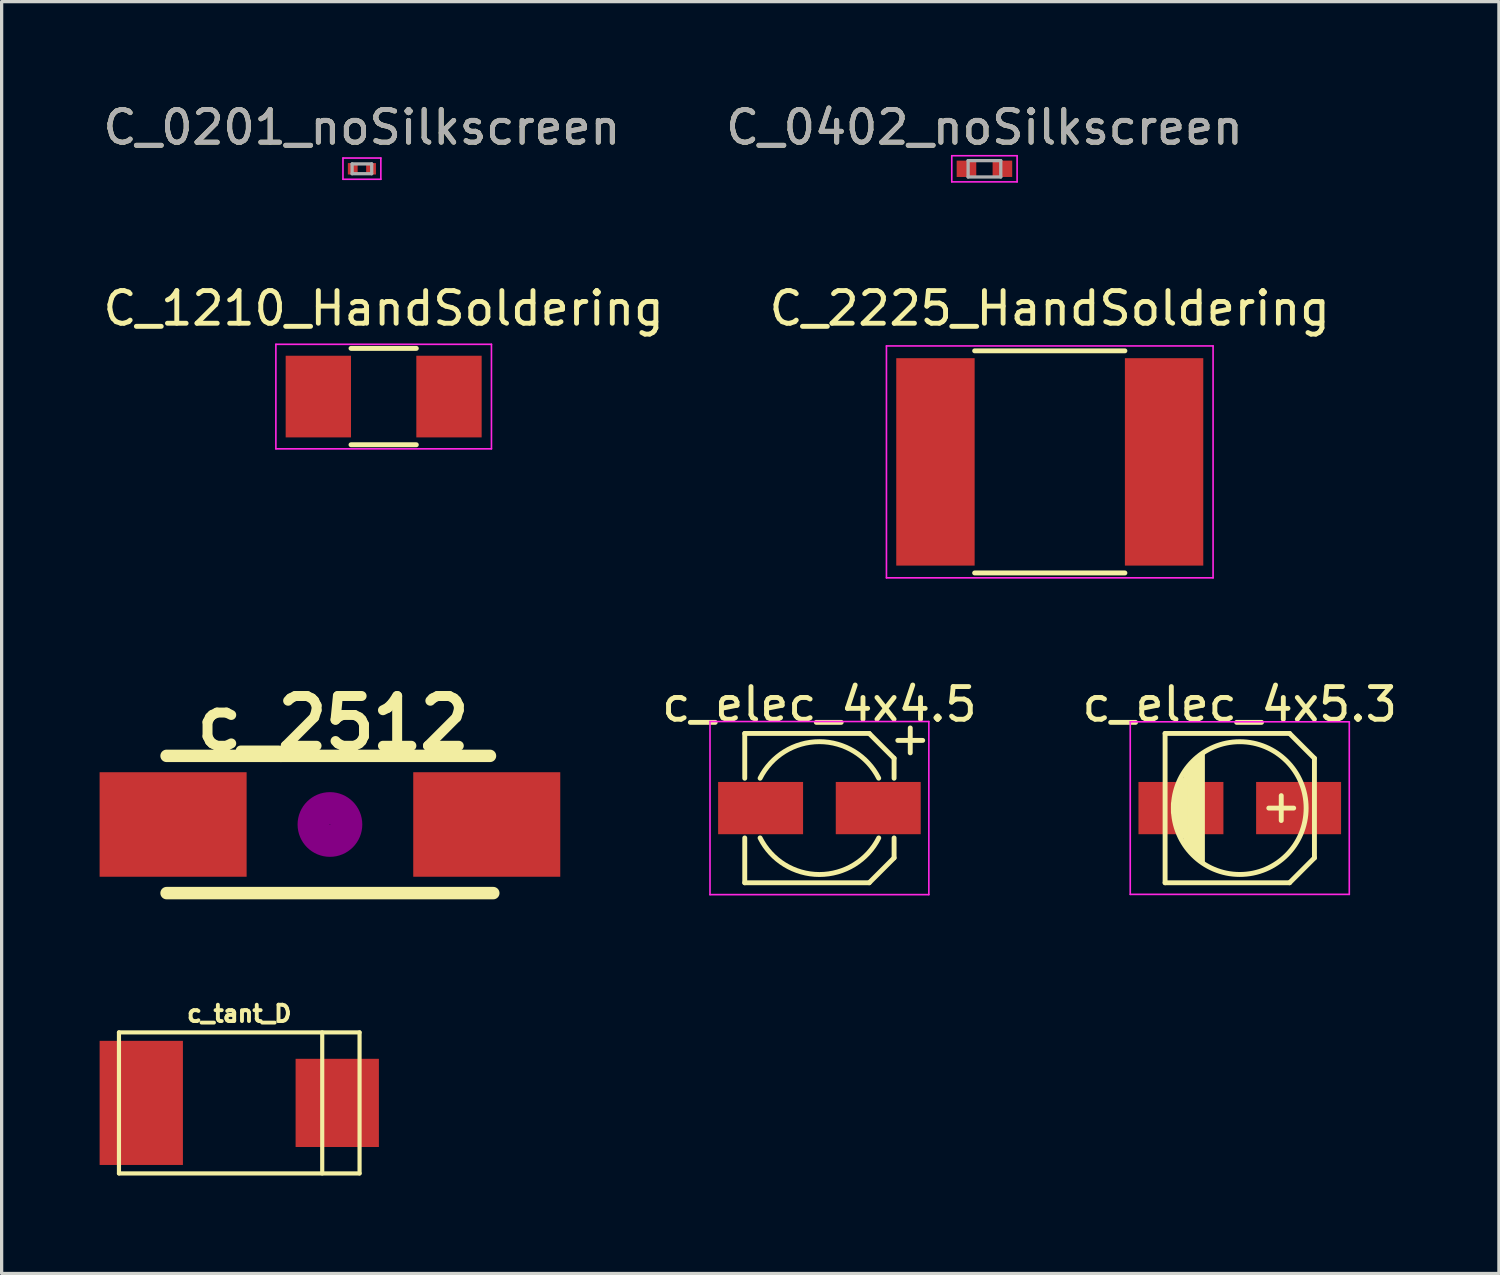
<source format=kicad_pcb>
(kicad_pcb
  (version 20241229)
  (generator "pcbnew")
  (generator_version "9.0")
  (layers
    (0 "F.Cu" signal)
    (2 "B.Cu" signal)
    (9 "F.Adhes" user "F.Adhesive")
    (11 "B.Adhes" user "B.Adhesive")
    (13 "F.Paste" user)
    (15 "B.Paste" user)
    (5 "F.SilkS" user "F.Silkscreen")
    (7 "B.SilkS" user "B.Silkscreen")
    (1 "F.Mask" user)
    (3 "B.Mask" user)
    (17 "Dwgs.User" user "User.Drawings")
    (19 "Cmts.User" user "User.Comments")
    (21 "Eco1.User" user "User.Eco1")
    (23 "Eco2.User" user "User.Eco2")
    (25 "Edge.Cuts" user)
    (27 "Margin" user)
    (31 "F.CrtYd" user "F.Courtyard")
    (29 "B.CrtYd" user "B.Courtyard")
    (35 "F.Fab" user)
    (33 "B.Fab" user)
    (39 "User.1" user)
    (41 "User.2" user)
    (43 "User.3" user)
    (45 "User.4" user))
  (footprint "C_2225_HandSoldering"
    (layer "F.Cu")
    (at 29.089 11.091)
    (property "Reference" "C_2225_HandSoldering" (at 0 -4.7 0) (layer "F.SilkS") (effects (font (size 1 1) (thickness 0.15))))
    (attr smd)
    (fp_line (start -2.3 3.4) (end 2.3 3.4) (stroke (width 0.15) (type solid)) (layer "F.SilkS"))
    (fp_line (start 2.3 -3.4) (end -2.3 -3.4) (stroke (width 0.15) (type solid)) (layer "F.SilkS"))
    (fp_line (start -5 -3.55) (end -5 3.55) (stroke (width 0.05) (type solid)) (layer "F.CrtYd"))
    (fp_line (start -5 -3.55) (end 5 -3.55) (stroke (width 0.05) (type solid)) (layer "F.CrtYd"))
    (fp_line (start -5 3.55) (end 5 3.55) (stroke (width 0.05) (type solid)) (layer "F.CrtYd"))
    (fp_line (start 5 -3.55) (end 5 3.55) (stroke (width 0.05) (type solid)) (layer "F.CrtYd"))
    (pad "1" smd rect (at -3.5 0) (size 2.4 6.35) (layers "F.Cu" "F.Mask" "F.Paste"))
    (pad "2" smd rect (at 3.5 0) (size 2.4 6.35) (layers "F.Cu" "F.Mask" "F.Paste")))
  (footprint "c_elec_4x5.3"
    (layer "F.Cu")
    (at 34.906 21.69)
    (property "Reference" "c_elec_4x5.3" (at 0 -3.175 0) (layer "F.SilkS") (effects (font (size 1 1) (thickness 0.15))))
    (attr smd)
    (fp_line (start -2.286 -2.286) (end -2.286 2.286) (stroke (width 0.15) (type solid)) (layer "F.SilkS"))
    (fp_line (start -2.032 0.127) (end -2.032 -0.127) (stroke (width 0.15) (type solid)) (layer "F.SilkS"))
    (fp_line (start -1.905 -0.635) (end -1.905 0.635) (stroke (width 0.15) (type solid)) (layer "F.SilkS"))
    (fp_line (start -1.778 0.889) (end -1.778 -0.889) (stroke (width 0.15) (type solid)) (layer "F.SilkS"))
    (fp_line (start -1.651 1.143) (end -1.651 -1.143) (stroke (width 0.15) (type solid)) (layer "F.SilkS"))
    (fp_line (start -1.524 -1.27) (end -1.524 1.27) (stroke (width 0.15) (type solid)) (layer "F.SilkS"))
    (fp_line (start -1.397 1.397) (end -1.397 -1.397) (stroke (width 0.15) (type solid)) (layer "F.SilkS"))
    (fp_line (start -1.27 -1.524) (end -1.27 1.524) (stroke (width 0.15) (type solid)) (layer "F.SilkS"))
    (fp_line (start -1.143 -1.651) (end -1.143 1.651) (stroke (width 0.15) (type solid)) (layer "F.SilkS"))
    (fp_line (start 1.27 -0.381) (end 1.27 0.381) (stroke (width 0.15) (type solid)) (layer "F.SilkS"))
    (fp_line (start 1.524 -2.286) (end -2.286 -2.286) (stroke (width 0.15) (type solid)) (layer "F.SilkS"))
    (fp_line (start 1.524 -2.286) (end 2.286 -1.524) (stroke (width 0.15) (type solid)) (layer "F.SilkS"))
    (fp_line (start 1.524 2.286) (end -2.286 2.286) (stroke (width 0.15) (type solid)) (layer "F.SilkS"))
    (fp_line (start 1.524 2.286) (end 2.286 1.524) (stroke (width 0.15) (type solid)) (layer "F.SilkS"))
    (fp_line (start 1.651 0) (end 0.889 0) (stroke (width 0.15) (type solid)) (layer "F.SilkS"))
    (fp_line (start 2.286 -1.524) (end 2.286 1.524) (stroke (width 0.15) (type solid)) (layer "F.SilkS"))
    (fp_circle (center 0 0) (end -2.032 0) (stroke (width 0.15) (type solid)) (fill no) (layer "F.SilkS"))
    (fp_line (start -3.353 -2.642) (end 3.353 -2.642) (stroke (width 0.05) (type solid)) (layer "F.CrtYd"))
    (fp_line (start -3.353 2.642) (end -3.353 -2.642) (stroke (width 0.05) (type solid)) (layer "F.CrtYd"))
    (fp_line (start 3.353 -2.642) (end 3.353 2.642) (stroke (width 0.05) (type solid)) (layer "F.CrtYd"))
    (fp_line (start 3.353 2.642) (end -3.353 2.642) (stroke (width 0.05) (type solid)) (layer "F.CrtYd"))
    (pad "1" smd rect (at 1.801 0) (size 2.601 1.6) (layers "F.Cu" "F.Mask" "F.Paste"))
    (pad "2" smd rect (at -1.801 0) (size 2.601 1.6) (layers "F.Cu" "F.Mask" "F.Paste")))
  (footprint "c_elec_4x4.5"
    (layer "F.Cu")
    (at 22.037 21.69)
    (property "Reference" "c_elec_4x4.5" (at 0 -3.175 0) (layer "F.SilkS") (effects (font (size 1 1) (thickness 0.15))))
    (attr smd)
    (fp_line (start -2.286 -2.286) (end -2.286 -0.914) (stroke (width 0.15) (type solid)) (layer "F.SilkS"))
    (fp_line (start -2.286 0.914) (end -2.286 2.286) (stroke (width 0.15) (type solid)) (layer "F.SilkS"))
    (fp_line (start 1.524 -2.286) (end -2.286 -2.286) (stroke (width 0.15) (type solid)) (layer "F.SilkS"))
    (fp_line (start 1.524 -2.286) (end 2.286 -1.524) (stroke (width 0.15) (type solid)) (layer "F.SilkS"))
    (fp_line (start 1.524 2.286) (end -2.286 2.286) (stroke (width 0.15) (type solid)) (layer "F.SilkS"))
    (fp_line (start 1.524 2.286) (end 2.286 1.524) (stroke (width 0.15) (type solid)) (layer "F.SilkS"))
    (fp_line (start 2.286 -1.524) (end 2.286 -0.914) (stroke (width 0.15) (type solid)) (layer "F.SilkS"))
    (fp_line (start 2.286 1.524) (end 2.286 0.914) (stroke (width 0.15) (type solid)) (layer "F.SilkS"))
    (fp_arc (start -1.8161 -0.9144) (mid -0.000884 -2.033309) (end 1.815304 -0.915978) (stroke (width 0.15) (type solid)) (layer "F.SilkS"))
    (fp_arc (start 1.8161 0.9144) (mid -0.00089 2.033309) (end -1.8169 0.912809) (stroke (width 0.15) (type solid)) (layer "F.SilkS"))
    (fp_line (start -3.35 -2.65) (end -3.35 2.65) (stroke (width 0.05) (type solid)) (layer "F.CrtYd"))
    (fp_line (start -3.35 2.65) (end 3.35 2.65) (stroke (width 0.05) (type solid)) (layer "F.CrtYd"))
    (fp_line (start 3.35 -2.65) (end -3.35 -2.65) (stroke (width 0.05) (type solid)) (layer "F.CrtYd"))
    (fp_line (start 3.35 2.65) (end 3.35 -2.65) (stroke (width 0.05) (type solid)) (layer "F.CrtYd"))
    (fp_text user "+" (at 2.781 -2.146 0) (layer "F.SilkS") (effects (font (size 1 1) (thickness 0.15))))
    (pad "1" smd rect (at 1.801 0) (size 2.601 1.6) (layers "F.Cu" "F.Mask" "F.Paste"))
    (pad "2" smd rect (at -1.801 0) (size 2.601 1.6) (layers "F.Cu" "F.Mask" "F.Paste")))
  (footprint "C_1210_HandSoldering"
    (layer "F.Cu")
    (at 8.696 9.091)
    (property "Reference" "C_1210_HandSoldering" (at 0 -2.7 0) (layer "F.SilkS") (effects (font (size 1 1) (thickness 0.15))))
    (attr smd)
    (fp_line (start -1 1.475) (end 1 1.475) (stroke (width 0.15) (type solid)) (layer "F.SilkS"))
    (fp_line (start 1 -1.475) (end -1 -1.475) (stroke (width 0.15) (type solid)) (layer "F.SilkS"))
    (fp_line (start -3.3 -1.6) (end -3.3 1.6) (stroke (width 0.05) (type solid)) (layer "F.CrtYd"))
    (fp_line (start -3.3 -1.6) (end 3.3 -1.6) (stroke (width 0.05) (type solid)) (layer "F.CrtYd"))
    (fp_line (start -3.3 1.6) (end 3.3 1.6) (stroke (width 0.05) (type solid)) (layer "F.CrtYd"))
    (fp_line (start 3.3 -1.6) (end 3.3 1.6) (stroke (width 0.05) (type solid)) (layer "F.CrtYd"))
    (pad "1" smd rect (at -2 0) (size 2 2.5) (layers "F.Cu" "F.Mask" "F.Paste"))
    (pad "2" smd rect (at 2 0) (size 2 2.5) (layers "F.Cu" "F.Mask" "F.Paste")))
  (footprint "C_0402_noSilkscreen"
    (layer "F.Cu")
    (at 27.089 2.118)
    (property "Reference" "C_0402_noSilkscreen" (at 0 -1.27 0) (layer "F.SilkS") (effects (font (size 1 1) (thickness 0.15))))
    (attr smd)
    (fp_line (start -1 -0.4) (end -1 0.4) (stroke (width 0.05) (type solid)) (layer "F.CrtYd"))
    (fp_line (start -1 -0.4) (end 1 -0.4) (stroke (width 0.05) (type solid)) (layer "F.CrtYd"))
    (fp_line (start 1 0.4) (end -1 0.4) (stroke (width 0.05) (type solid)) (layer "F.CrtYd"))
    (fp_line (start 1 0.4) (end 1 -0.4) (stroke (width 0.05) (type solid)) (layer "F.CrtYd"))
    (fp_line (start -0.5 -0.25) (end 0.5 -0.25) (stroke (width 0.1) (type solid)) (layer "F.Fab"))
    (fp_line (start -0.5 0.25) (end -0.5 -0.25) (stroke (width 0.1) (type solid)) (layer "F.Fab"))
    (fp_line (start 0.5 -0.25) (end 0.5 0.25) (stroke (width 0.1) (type solid)) (layer "F.Fab"))
    (fp_line (start 0.5 0.25) (end -0.5 0.25) (stroke (width 0.1) (type solid)) (layer "F.Fab"))
    (fp_text user "${REFERENCE}" (at 0 -1.27 0) (layer "F.Fab") (effects (font (size 1 1) (thickness 0.15))))
    (pad "1" smd rect (at -0.55 0) (size 0.6 0.5) (layers "F.Cu" "F.Mask" "F.Paste"))
    (pad "2" smd rect (at 0.55 0) (size 0.6 0.5) (layers "F.Cu" "F.Mask" "F.Paste")))
  (footprint "c_2512"
    (layer "F.Cu")
    (at 7.051 22.192)
    (property "Reference" "c_2512" (at 0.099 -3.099 0) (layer "F.SilkS") (effects (font (size 1.524 1.524) (thickness 0.305))))
    (attr through_hole)
    (fp_line (start -5.001 2.101) (end 5.001 2.101) (stroke (width 0.381) (type solid)) (layer "F.SilkS"))
    (fp_line (start -1.501 -2.101) (end -5.001 -2.101) (stroke (width 0.381) (type solid)) (layer "F.SilkS"))
    (fp_line (start 4.9 -2.101) (end -1.501 -2.101) (stroke (width 0.381) (type solid)) (layer "F.SilkS"))
    (fp_circle (center 0 0) (end 0.201 0) (stroke (width 0.381) (type solid)) (fill no) (layer "F.Adhes"))
    (fp_circle (center 0 0) (end 0.5 0) (stroke (width 0.381) (type solid)) (fill no) (layer "F.Adhes"))
    (fp_circle (center 0 0) (end 0.8 0) (stroke (width 0.381) (type solid)) (fill no) (layer "F.Adhes"))
    (pad "1" smd rect (at -4.801 0) (size 4.501 3.2) (layers "F.Cu" "F.Mask" "F.Paste"))
    (pad "2" smd rect (at 4.801 0) (size 4.501 3.2) (layers "F.Cu" "F.Mask" "F.Paste")))
  (footprint "c_tant_D"
    (layer "F.Cu")
    (at 4.275 30.716)
    (property "Reference" "c_tant_D" (at 0 -2.731 0) (layer "F.SilkS") (effects (font (size 0.5 0.5) (thickness 0.119))))
    (attr through_hole)
    (fp_line (start -3.683 -2.159) (end -3.683 2.159) (stroke (width 0.127) (type solid)) (layer "F.SilkS"))
    (fp_line (start -3.683 2.159) (end 3.683 2.159) (stroke (width 0.127) (type solid)) (layer "F.SilkS"))
    (fp_line (start 2.54 -2.159) (end 2.54 2.159) (stroke (width 0.127) (type solid)) (layer "F.SilkS"))
    (fp_line (start 3.683 -2.159) (end -3.683 -2.159) (stroke (width 0.127) (type solid)) (layer "F.SilkS"))
    (fp_line (start 3.683 2.159) (end 3.683 -2.159) (stroke (width 0.127) (type solid)) (layer "F.SilkS"))
    (pad "1" smd rect (at 3 0) (size 2.55 2.7) (layers "F.Cu" "F.Mask" "F.Paste"))
    (pad "2" smd rect (at -3 0) (size 2.55 3.8) (layers "F.Cu" "F.Mask" "F.Paste")))
  (footprint "C_0201_noSilkscreen"
    (layer "F.Cu")
    (at 8.03 2.118)
    (property "Reference" "C_0201_noSilkscreen" (at 0 -1.27 0) (layer "F.SilkS") (effects (font (size 1 1) (thickness 0.15))))
    (attr smd)
    (fp_line (start -0.58 -0.33) (end -0.58 0.32) (stroke (width 0.05) (type solid)) (layer "F.CrtYd"))
    (fp_line (start -0.58 -0.33) (end 0.58 -0.33) (stroke (width 0.05) (type solid)) (layer "F.CrtYd"))
    (fp_line (start 0.58 0.32) (end -0.58 0.32) (stroke (width 0.05) (type solid)) (layer "F.CrtYd"))
    (fp_line (start 0.58 0.32) (end 0.58 -0.33) (stroke (width 0.05) (type solid)) (layer "F.CrtYd"))
    (fp_line (start -0.3 -0.15) (end 0.3 -0.15) (stroke (width 0.1) (type solid)) (layer "F.Fab"))
    (fp_line (start -0.3 0.15) (end -0.3 -0.15) (stroke (width 0.1) (type solid)) (layer "F.Fab"))
    (fp_line (start 0.3 -0.15) (end 0.3 0.15) (stroke (width 0.1) (type solid)) (layer "F.Fab"))
    (fp_line (start 0.3 0.15) (end -0.3 0.15) (stroke (width 0.1) (type solid)) (layer "F.Fab"))
    (fp_text user "${REFERENCE}" (at 0 -1.27 0) (layer "F.Fab") (effects (font (size 1 1) (thickness 0.15))))
    (pad "1" smd rect (at -0.28 0) (size 0.3 0.35) (layers "F.Cu" "F.Mask" "F.Paste"))
    (pad "2" smd rect (at 0.28 0) (size 0.3 0.35) (layers "F.Cu" "F.Mask" "F.Paste")))
  (gr_rect
    (start -3 -3)
    (end 42.84 35.938)
    (stroke (width 0.1) (type default))
    (fill no)
    (layer "Edge.Cuts")))
</source>
